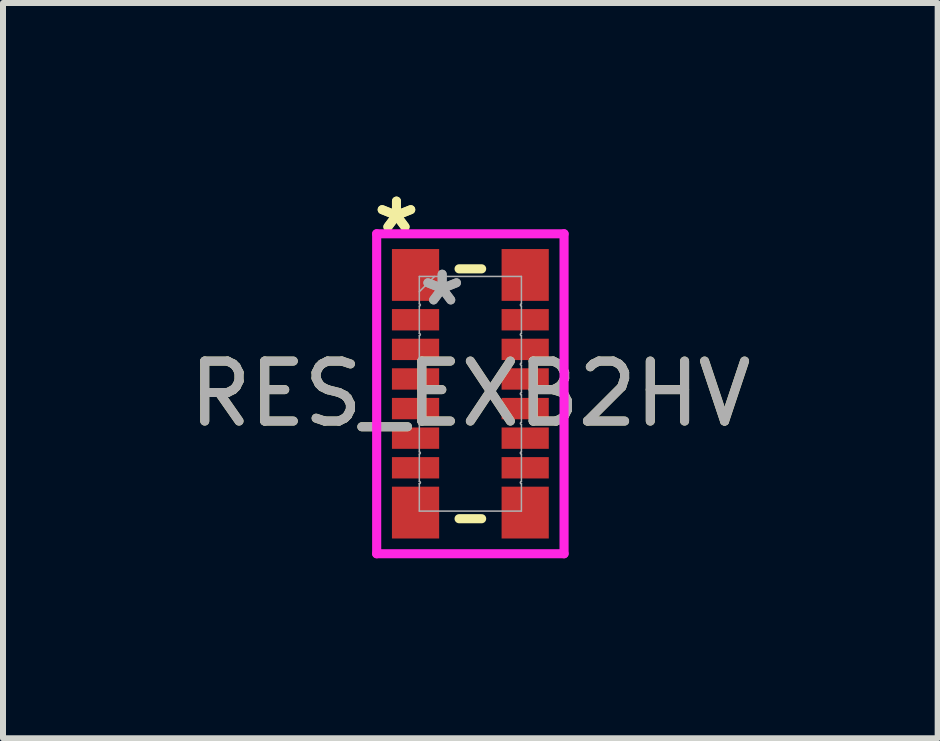
<source format=kicad_pcb>
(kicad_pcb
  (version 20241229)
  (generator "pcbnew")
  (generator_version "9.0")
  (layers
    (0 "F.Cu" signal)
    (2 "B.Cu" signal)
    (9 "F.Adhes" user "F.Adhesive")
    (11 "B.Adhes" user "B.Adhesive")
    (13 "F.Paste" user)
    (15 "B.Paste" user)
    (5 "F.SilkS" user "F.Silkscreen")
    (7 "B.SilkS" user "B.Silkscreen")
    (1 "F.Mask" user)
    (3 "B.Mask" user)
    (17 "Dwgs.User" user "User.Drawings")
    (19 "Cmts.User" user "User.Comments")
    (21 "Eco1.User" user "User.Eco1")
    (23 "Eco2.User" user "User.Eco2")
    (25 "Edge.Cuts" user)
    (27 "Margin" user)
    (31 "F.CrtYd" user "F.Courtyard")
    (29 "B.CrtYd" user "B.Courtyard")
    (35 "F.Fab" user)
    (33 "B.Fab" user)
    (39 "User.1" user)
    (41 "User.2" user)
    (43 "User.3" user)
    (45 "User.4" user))
  (footprint "RES_EXB2HV"
    (layer "F.Cu")
    (at 4.792 3.515)
    (property "Reference" "RES_EXB2HV" (at 0 0 0) (unlocked yes) (layer "F.SilkS") (effects (font (size 1 1) (thickness 0.15))))
    (attr smd)
    (fp_line (start -0.188 -2.083) (end 0.188 -2.083) (stroke (width 0.152) (type solid)) (layer "F.SilkS"))
    (fp_line (start -0.188 2.083) (end 0.188 2.083) (stroke (width 0.152) (type solid)) (layer "F.SilkS"))
    (fp_line (start -1.562 -2.667) (end 1.562 -2.667) (stroke (width 0.152) (type solid)) (layer "F.CrtYd"))
    (fp_line (start -1.562 2.667) (end -1.562 -2.667) (stroke (width 0.152) (type solid)) (layer "F.CrtYd"))
    (fp_line (start 1.562 -2.667) (end 1.562 2.667) (stroke (width 0.152) (type solid)) (layer "F.CrtYd"))
    (fp_line (start 1.562 2.667) (end -1.562 2.667) (stroke (width 0.152) (type solid)) (layer "F.CrtYd"))
    (fp_line (start -0.851 -1.956) (end 0.851 -1.956) (stroke (width 0.025) (type solid)) (layer "F.Fab"))
    (fp_line (start -0.851 -1.499) (end -0.851 -1.956) (stroke (width 0.025) (type solid)) (layer "F.Fab"))
    (fp_line (start -0.851 -1.462) (end -0.851 -1.005) (stroke (width 0.025) (type solid)) (layer "F.Fab"))
    (fp_line (start -0.851 -0.969) (end -0.851 -0.512) (stroke (width 0.025) (type solid)) (layer "F.Fab"))
    (fp_line (start -0.851 -0.475) (end -0.851 -0.018) (stroke (width 0.025) (type solid)) (layer "F.Fab"))
    (fp_line (start -0.851 0.018) (end -0.851 0.475) (stroke (width 0.025) (type solid)) (layer "F.Fab"))
    (fp_line (start -0.851 0.512) (end -0.851 0.969) (stroke (width 0.025) (type solid)) (layer "F.Fab"))
    (fp_line (start -0.851 1.005) (end -0.851 1.463) (stroke (width 0.025) (type solid)) (layer "F.Fab"))
    (fp_line (start -0.851 1.499) (end -0.851 1.956) (stroke (width 0.025) (type solid)) (layer "F.Fab"))
    (fp_line (start -0.851 1.499) (end -0.851 1.499) (stroke (width 0.025) (type solid)) (layer "F.Fab"))
    (fp_line (start -0.851 1.956) (end 0.851 1.956) (stroke (width 0.025) (type solid)) (layer "F.Fab"))
    (fp_line (start -0.597 -1.956) (end -0.851 -1.702) (stroke (width 0.025) (type solid)) (layer "F.Fab"))
    (fp_line (start 0.851 -1.499) (end 0.851 -1.956) (stroke (width 0.025) (type solid)) (layer "F.Fab"))
    (fp_line (start 0.851 -1.462) (end 0.851 -1.005) (stroke (width 0.025) (type solid)) (layer "F.Fab"))
    (fp_line (start 0.851 -0.969) (end 0.851 -0.512) (stroke (width 0.025) (type solid)) (layer "F.Fab"))
    (fp_line (start 0.851 -0.475) (end 0.851 -0.018) (stroke (width 0.025) (type solid)) (layer "F.Fab"))
    (fp_line (start 0.851 0.018) (end 0.851 0.475) (stroke (width 0.025) (type solid)) (layer "F.Fab"))
    (fp_line (start 0.851 0.512) (end 0.851 0.969) (stroke (width 0.025) (type solid)) (layer "F.Fab"))
    (fp_line (start 0.851 1.005) (end 0.851 1.463) (stroke (width 0.025) (type solid)) (layer "F.Fab"))
    (fp_line (start 0.851 1.499) (end 0.851 1.956) (stroke (width 0.025) (type solid)) (layer "F.Fab"))
    (fp_line (start 0.851 1.499) (end 0.851 1.499) (stroke (width 0.025) (type solid)) (layer "F.Fab"))
    (fp_arc (start -0.8509 -1.4986) (mid -0.832739 -1.480439) (end -0.8509 -1.462278) (stroke (width 0.0254) (type solid)) (layer "F.Fab"))
    (fp_arc (start -0.8509 -1.005078) (mid -0.832739 -0.986917) (end -0.8509 -0.968756) (stroke (width 0.0254) (type solid)) (layer "F.Fab"))
    (fp_arc (start -0.8509 -0.511556) (mid -0.832739 -0.493395) (end -0.8509 -0.475234) (stroke (width 0.0254) (type solid)) (layer "F.Fab"))
    (fp_arc (start -0.8509 -0.018034) (mid -0.832739 0.000127) (end -0.8509 0.018288) (stroke (width 0.0254) (type solid)) (layer "F.Fab"))
    (fp_arc (start -0.8509 0.475488) (mid -0.832739 0.493649) (end -0.8509 0.51181) (stroke (width 0.0254) (type solid)) (layer "F.Fab"))
    (fp_arc (start -0.8509 0.96901) (mid -0.832739 0.987171) (end -0.8509 1.005332) (stroke (width 0.0254) (type solid)) (layer "F.Fab"))
    (fp_arc (start -0.8509 1.462532) (mid -0.832739 1.480693) (end -0.8509 1.498854) (stroke (width 0.0254) (type solid)) (layer "F.Fab"))
    (fp_arc (start 0.8509 -1.462278) (mid 0.832739 -1.480439) (end 0.8509 -1.4986) (stroke (width 0.0254) (type solid)) (layer "F.Fab"))
    (fp_arc (start 0.8509 -0.968756) (mid 0.832739 -0.986917) (end 0.8509 -1.005078) (stroke (width 0.0254) (type solid)) (layer "F.Fab"))
    (fp_arc (start 0.8509 -0.475234) (mid 0.832739 -0.493395) (end 0.8509 -0.511556) (stroke (width 0.0254) (type solid)) (layer "F.Fab"))
    (fp_arc (start 0.8509 0.018288) (mid 0.832739 0.000127) (end 0.8509 -0.018034) (stroke (width 0.0254) (type solid)) (layer "F.Fab"))
    (fp_arc (start 0.8509 0.51181) (mid 0.832739 0.493649) (end 0.8509 0.475488) (stroke (width 0.0254) (type solid)) (layer "F.Fab"))
    (fp_arc (start 0.8509 1.005332) (mid 0.832739 0.987171) (end 0.8509 0.96901) (stroke (width 0.0254) (type solid)) (layer "F.Fab"))
    (fp_arc (start 0.8509 1.498854) (mid 0.832739 1.480693) (end 0.8509 1.462532) (stroke (width 0.0254) (type solid)) (layer "F.Fab"))
    (fp_text user "*" (at -1.232 -2.667 0) (unlocked yes) (layer "F.SilkS") (effects (font (size 1 1) (thickness 0.15))))
    (fp_text user "*" (at -1.232 -2.667 0) (layer "F.SilkS") (effects (font (size 1 1) (thickness 0.15))))
    (fp_text user "*" (at -0.47 -1.448 0) (unlocked yes) (layer "F.Fab") (effects (font (size 1 1) (thickness 0.15))))
    (fp_text user "*" (at -0.47 -1.448 0) (layer "F.Fab") (effects (font (size 1 1) (thickness 0.15))))
    (fp_text user "${REFERENCE}" (at 0 0 0) (unlocked yes) (layer "F.Fab") (effects (font (size 1 1) (thickness 0.15))))
    (pad "1" smd rect (at -0.914 -1.981) (size 0.787 0.864) (layers "F.Cu" "F.Mask" "F.Paste"))
    (pad "2" smd rect (at -0.914 -1.234) (size 0.787 0.356) (layers "F.Cu" "F.Mask" "F.Paste"))
    (pad "3" smd rect (at -0.914 -0.74) (size 0.787 0.356) (layers "F.Cu" "F.Mask" "F.Paste"))
    (pad "4" smd rect (at -0.914 -0.247) (size 0.787 0.356) (layers "F.Cu" "F.Mask" "F.Paste"))
    (pad "5" smd rect (at -0.914 0.247) (size 0.787 0.356) (layers "F.Cu" "F.Mask" "F.Paste"))
    (pad "6" smd rect (at -0.914 0.74) (size 0.787 0.356) (layers "F.Cu" "F.Mask" "F.Paste"))
    (pad "7" smd rect (at -0.914 1.234) (size 0.787 0.356) (layers "F.Cu" "F.Mask" "F.Paste"))
    (pad "8" smd rect (at -0.914 1.981) (size 0.787 0.864) (layers "F.Cu" "F.Mask" "F.Paste"))
    (pad "9" smd rect (at 0.914 1.981) (size 0.787 0.864) (layers "F.Cu" "F.Mask" "F.Paste"))
    (pad "10" smd rect (at 0.914 1.234) (size 0.787 0.356) (layers "F.Cu" "F.Mask" "F.Paste"))
    (pad "11" smd rect (at 0.914 0.74) (size 0.787 0.356) (layers "F.Cu" "F.Mask" "F.Paste"))
    (pad "12" smd rect (at 0.914 0.247) (size 0.787 0.356) (layers "F.Cu" "F.Mask" "F.Paste"))
    (pad "13" smd rect (at 0.914 -0.247) (size 0.787 0.356) (layers "F.Cu" "F.Mask" "F.Paste"))
    (pad "14" smd rect (at 0.914 -0.74) (size 0.787 0.356) (layers "F.Cu" "F.Mask" "F.Paste"))
    (pad "15" smd rect (at 0.914 -1.234) (size 0.787 0.356) (layers "F.Cu" "F.Mask" "F.Paste"))
    (pad "16" smd rect (at 0.914 -1.981) (size 0.787 0.864) (layers "F.Cu" "F.Mask" "F.Paste")))
  (gr_rect
    (start -3 -3)
    (end 12.583 9.258)
    (stroke (width 0.1) (type default))
    (fill no)
    (layer "Edge.Cuts")))
</source>
